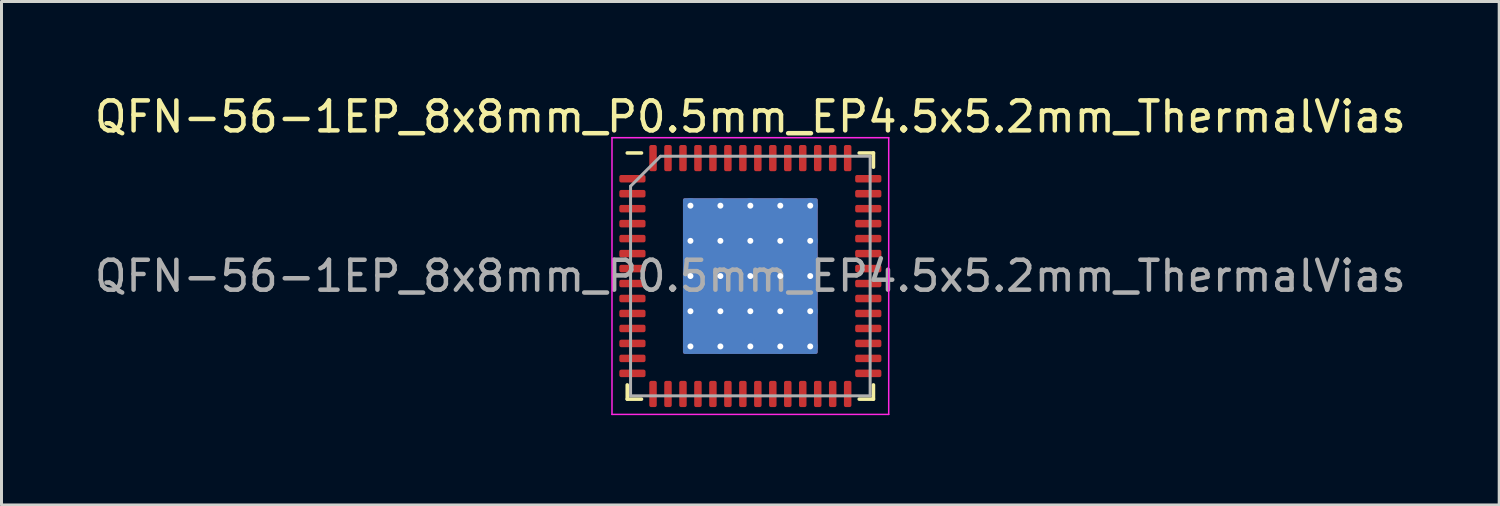
<source format=kicad_pcb>
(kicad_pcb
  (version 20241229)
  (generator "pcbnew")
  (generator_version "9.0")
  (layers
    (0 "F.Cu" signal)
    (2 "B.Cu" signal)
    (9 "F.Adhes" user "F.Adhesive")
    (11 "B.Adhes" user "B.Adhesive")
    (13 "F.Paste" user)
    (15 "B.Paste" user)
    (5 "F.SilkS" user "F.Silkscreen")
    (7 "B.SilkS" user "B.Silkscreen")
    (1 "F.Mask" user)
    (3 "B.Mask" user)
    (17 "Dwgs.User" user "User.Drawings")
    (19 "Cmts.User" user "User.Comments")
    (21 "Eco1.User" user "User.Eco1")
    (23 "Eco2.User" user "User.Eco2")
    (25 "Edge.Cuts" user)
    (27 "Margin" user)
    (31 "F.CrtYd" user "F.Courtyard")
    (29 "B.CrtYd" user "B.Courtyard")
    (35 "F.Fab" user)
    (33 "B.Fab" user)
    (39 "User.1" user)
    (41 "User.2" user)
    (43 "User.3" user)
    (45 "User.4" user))
  (footprint "QFN-56-1EP_8x8mm_P0.5mm_EP4.5x5.2mm_ThermalVias"
    (layer "F.Cu")
    (at 22.006 6.168)
    (property "Reference" "QFN-56-1EP_8x8mm_P0.5mm_EP4.5x5.2mm_ThermalVias" (at 0 -5.32 0) (layer "F.SilkS") (effects (font (size 1 1) (thickness 0.15))))
    (attr smd)
    (fp_line (start -4.11 4.11) (end -4.11 3.635) (stroke (width 0.12) (type solid)) (layer "F.SilkS"))
    (fp_line (start -3.635 -4.11) (end -4.11 -4.11) (stroke (width 0.12) (type solid)) (layer "F.SilkS"))
    (fp_line (start -3.635 4.11) (end -4.11 4.11) (stroke (width 0.12) (type solid)) (layer "F.SilkS"))
    (fp_line (start 3.635 -4.11) (end 4.11 -4.11) (stroke (width 0.12) (type solid)) (layer "F.SilkS"))
    (fp_line (start 3.635 4.11) (end 4.11 4.11) (stroke (width 0.12) (type solid)) (layer "F.SilkS"))
    (fp_line (start 4.11 -4.11) (end 4.11 -3.635) (stroke (width 0.12) (type solid)) (layer "F.SilkS"))
    (fp_line (start 4.11 4.11) (end 4.11 3.635) (stroke (width 0.12) (type solid)) (layer "F.SilkS"))
    (fp_line (start -4.62 -4.62) (end -4.62 4.62) (stroke (width 0.05) (type solid)) (layer "F.CrtYd"))
    (fp_line (start -4.62 4.62) (end 4.62 4.62) (stroke (width 0.05) (type solid)) (layer "F.CrtYd"))
    (fp_line (start 4.62 -4.62) (end -4.62 -4.62) (stroke (width 0.05) (type solid)) (layer "F.CrtYd"))
    (fp_line (start 4.62 4.62) (end 4.62 -4.62) (stroke (width 0.05) (type solid)) (layer "F.CrtYd"))
    (fp_line (start -4 -3) (end -3 -4) (stroke (width 0.1) (type solid)) (layer "F.Fab"))
    (fp_line (start -4 4) (end -4 -3) (stroke (width 0.1) (type solid)) (layer "F.Fab"))
    (fp_line (start -3 -4) (end 4 -4) (stroke (width 0.1) (type solid)) (layer "F.Fab"))
    (fp_line (start 4 -4) (end 4 4) (stroke (width 0.1) (type solid)) (layer "F.Fab"))
    (fp_line (start 4 4) (end -4 4) (stroke (width 0.1) (type solid)) (layer "F.Fab"))
    (fp_text user "${REFERENCE}" (at 0 0 0) (layer "F.Fab") (effects (font (size 1 1) (thickness 0.15))))
    (pad "" smd custom (at -1.5 -1.762) (size 0.776 0.776) (layers "F.Paste") (options (anchor circle)) (primitives (gr_poly (pts (xy -0.341 -0.33) (xy -0.262 -0.408) (xy 0.262 -0.408) (xy 0.341 -0.33) (xy 0.341 0.33) (xy 0.262 0.408) (xy -0.262 0.408) (xy -0.341 0.33)) (width 0.19) (fill yes))))
    (pad "" smd custom (at -1.5 -0.588) (size 0.776 0.776) (layers "F.Paste") (options (anchor circle)) (primitives (gr_poly (pts (xy -0.341 -0.33) (xy -0.262 -0.408) (xy 0.262 -0.408) (xy 0.341 -0.33) (xy 0.341 0.33) (xy 0.262 0.408) (xy -0.262 0.408) (xy -0.341 0.33)) (width 0.19) (fill yes))))
    (pad "" smd custom (at -1.5 0.588) (size 0.776 0.776) (layers "F.Paste") (options (anchor circle)) (primitives (gr_poly (pts (xy -0.341 -0.33) (xy -0.262 -0.408) (xy 0.262 -0.408) (xy 0.341 -0.33) (xy 0.341 0.33) (xy 0.262 0.408) (xy -0.262 0.408) (xy -0.341 0.33)) (width 0.19) (fill yes))))
    (pad "" smd custom (at -1.5 1.762) (size 0.776 0.776) (layers "F.Paste") (options (anchor circle)) (primitives (gr_poly (pts (xy -0.341 -0.33) (xy -0.262 -0.408) (xy 0.262 -0.408) (xy 0.341 -0.33) (xy 0.341 0.33) (xy 0.262 0.408) (xy -0.262 0.408) (xy -0.341 0.33)) (width 0.19) (fill yes))))
    (pad "" smd custom (at -0.5 -1.762) (size 0.776 0.776) (layers "F.Paste") (options (anchor circle)) (primitives (gr_poly (pts (xy -0.341 -0.33) (xy -0.262 -0.408) (xy 0.262 -0.408) (xy 0.341 -0.33) (xy 0.341 0.33) (xy 0.262 0.408) (xy -0.262 0.408) (xy -0.341 0.33)) (width 0.19) (fill yes))))
    (pad "" smd custom (at -0.5 -0.588) (size 0.776 0.776) (layers "F.Paste") (options (anchor circle)) (primitives (gr_poly (pts (xy -0.341 -0.33) (xy -0.262 -0.408) (xy 0.262 -0.408) (xy 0.341 -0.33) (xy 0.341 0.33) (xy 0.262 0.408) (xy -0.262 0.408) (xy -0.341 0.33)) (width 0.19) (fill yes))))
    (pad "" smd custom (at -0.5 0.588) (size 0.776 0.776) (layers "F.Paste") (options (anchor circle)) (primitives (gr_poly (pts (xy -0.341 -0.33) (xy -0.262 -0.408) (xy 0.262 -0.408) (xy 0.341 -0.33) (xy 0.341 0.33) (xy 0.262 0.408) (xy -0.262 0.408) (xy -0.341 0.33)) (width 0.19) (fill yes))))
    (pad "" smd custom (at -0.5 1.762) (size 0.776 0.776) (layers "F.Paste") (options (anchor circle)) (primitives (gr_poly (pts (xy -0.341 -0.33) (xy -0.262 -0.408) (xy 0.262 -0.408) (xy 0.341 -0.33) (xy 0.341 0.33) (xy 0.262 0.408) (xy -0.262 0.408) (xy -0.341 0.33)) (width 0.19) (fill yes))))
    (pad "" smd custom (at 0.5 -1.762) (size 0.776 0.776) (layers "F.Paste") (options (anchor circle)) (primitives (gr_poly (pts (xy -0.341 -0.33) (xy -0.262 -0.408) (xy 0.262 -0.408) (xy 0.341 -0.33) (xy 0.341 0.33) (xy 0.262 0.408) (xy -0.262 0.408) (xy -0.341 0.33)) (width 0.19) (fill yes))))
    (pad "" smd custom (at 0.5 -0.588) (size 0.776 0.776) (layers "F.Paste") (options (anchor circle)) (primitives (gr_poly (pts (xy -0.341 -0.33) (xy -0.262 -0.408) (xy 0.262 -0.408) (xy 0.341 -0.33) (xy 0.341 0.33) (xy 0.262 0.408) (xy -0.262 0.408) (xy -0.341 0.33)) (width 0.19) (fill yes))))
    (pad "" smd custom (at 0.5 0.588) (size 0.776 0.776) (layers "F.Paste") (options (anchor circle)) (primitives (gr_poly (pts (xy -0.341 -0.33) (xy -0.262 -0.408) (xy 0.262 -0.408) (xy 0.341 -0.33) (xy 0.341 0.33) (xy 0.262 0.408) (xy -0.262 0.408) (xy -0.341 0.33)) (width 0.19) (fill yes))))
    (pad "" smd custom (at 0.5 1.762) (size 0.776 0.776) (layers "F.Paste") (options (anchor circle)) (primitives (gr_poly (pts (xy -0.341 -0.33) (xy -0.262 -0.408) (xy 0.262 -0.408) (xy 0.341 -0.33) (xy 0.341 0.33) (xy 0.262 0.408) (xy -0.262 0.408) (xy -0.341 0.33)) (width 0.19) (fill yes))))
    (pad "" smd custom (at 1.5 -1.762) (size 0.776 0.776) (layers "F.Paste") (options (anchor circle)) (primitives (gr_poly (pts (xy -0.341 -0.33) (xy -0.262 -0.408) (xy 0.262 -0.408) (xy 0.341 -0.33) (xy 0.341 0.33) (xy 0.262 0.408) (xy -0.262 0.408) (xy -0.341 0.33)) (width 0.19) (fill yes))))
    (pad "" smd custom (at 1.5 -0.588) (size 0.776 0.776) (layers "F.Paste") (options (anchor circle)) (primitives (gr_poly (pts (xy -0.341 -0.33) (xy -0.262 -0.408) (xy 0.262 -0.408) (xy 0.341 -0.33) (xy 0.341 0.33) (xy 0.262 0.408) (xy -0.262 0.408) (xy -0.341 0.33)) (width 0.19) (fill yes))))
    (pad "" smd custom (at 1.5 0.588) (size 0.776 0.776) (layers "F.Paste") (options (anchor circle)) (primitives (gr_poly (pts (xy -0.341 -0.33) (xy -0.262 -0.408) (xy 0.262 -0.408) (xy 0.341 -0.33) (xy 0.341 0.33) (xy 0.262 0.408) (xy -0.262 0.408) (xy -0.341 0.33)) (width 0.19) (fill yes))))
    (pad "" smd custom (at 1.5 1.762) (size 0.776 0.776) (layers "F.Paste") (options (anchor circle)) (primitives (gr_poly (pts (xy -0.341 -0.33) (xy -0.262 -0.408) (xy 0.262 -0.408) (xy 0.341 -0.33) (xy 0.341 0.33) (xy 0.262 0.408) (xy -0.262 0.408) (xy -0.341 0.33)) (width 0.19) (fill yes))))
    (pad "1" smd roundrect (at -3.938 -3.25) (size 0.875 0.25) (layers "F.Cu" "F.Mask" "F.Paste") (roundrect_rratio 0.25))
    (pad "2" smd roundrect (at -3.938 -2.75) (size 0.875 0.25) (layers "F.Cu" "F.Mask" "F.Paste") (roundrect_rratio 0.25))
    (pad "3" smd roundrect (at -3.938 -2.25) (size 0.875 0.25) (layers "F.Cu" "F.Mask" "F.Paste") (roundrect_rratio 0.25))
    (pad "4" smd roundrect (at -3.938 -1.75) (size 0.875 0.25) (layers "F.Cu" "F.Mask" "F.Paste") (roundrect_rratio 0.25))
    (pad "5" smd roundrect (at -3.938 -1.25) (size 0.875 0.25) (layers "F.Cu" "F.Mask" "F.Paste") (roundrect_rratio 0.25))
    (pad "6" smd roundrect (at -3.938 -0.75) (size 0.875 0.25) (layers "F.Cu" "F.Mask" "F.Paste") (roundrect_rratio 0.25))
    (pad "7" smd roundrect (at -3.938 -0.25) (size 0.875 0.25) (layers "F.Cu" "F.Mask" "F.Paste") (roundrect_rratio 0.25))
    (pad "8" smd roundrect (at -3.938 0.25) (size 0.875 0.25) (layers "F.Cu" "F.Mask" "F.Paste") (roundrect_rratio 0.25))
    (pad "9" smd roundrect (at -3.938 0.75) (size 0.875 0.25) (layers "F.Cu" "F.Mask" "F.Paste") (roundrect_rratio 0.25))
    (pad "10" smd roundrect (at -3.938 1.25) (size 0.875 0.25) (layers "F.Cu" "F.Mask" "F.Paste") (roundrect_rratio 0.25))
    (pad "11" smd roundrect (at -3.938 1.75) (size 0.875 0.25) (layers "F.Cu" "F.Mask" "F.Paste") (roundrect_rratio 0.25))
    (pad "12" smd roundrect (at -3.938 2.25) (size 0.875 0.25) (layers "F.Cu" "F.Mask" "F.Paste") (roundrect_rratio 0.25))
    (pad "13" smd roundrect (at -3.938 2.75) (size 0.875 0.25) (layers "F.Cu" "F.Mask" "F.Paste") (roundrect_rratio 0.25))
    (pad "14" smd roundrect (at -3.938 3.25) (size 0.875 0.25) (layers "F.Cu" "F.Mask" "F.Paste") (roundrect_rratio 0.25))
    (pad "15" smd roundrect (at -3.25 3.938) (size 0.25 0.875) (layers "F.Cu" "F.Mask" "F.Paste") (roundrect_rratio 0.25))
    (pad "16" smd roundrect (at -2.75 3.938) (size 0.25 0.875) (layers "F.Cu" "F.Mask" "F.Paste") (roundrect_rratio 0.25))
    (pad "17" smd roundrect (at -2.25 3.938) (size 0.25 0.875) (layers "F.Cu" "F.Mask" "F.Paste") (roundrect_rratio 0.25))
    (pad "18" smd roundrect (at -1.75 3.938) (size 0.25 0.875) (layers "F.Cu" "F.Mask" "F.Paste") (roundrect_rratio 0.25))
    (pad "19" smd roundrect (at -1.25 3.938) (size 0.25 0.875) (layers "F.Cu" "F.Mask" "F.Paste") (roundrect_rratio 0.25))
    (pad "20" smd roundrect (at -0.75 3.938) (size 0.25 0.875) (layers "F.Cu" "F.Mask" "F.Paste") (roundrect_rratio 0.25))
    (pad "21" smd roundrect (at -0.25 3.938) (size 0.25 0.875) (layers "F.Cu" "F.Mask" "F.Paste") (roundrect_rratio 0.25))
    (pad "22" smd roundrect (at 0.25 3.938) (size 0.25 0.875) (layers "F.Cu" "F.Mask" "F.Paste") (roundrect_rratio 0.25))
    (pad "23" smd roundrect (at 0.75 3.938) (size 0.25 0.875) (layers "F.Cu" "F.Mask" "F.Paste") (roundrect_rratio 0.25))
    (pad "24" smd roundrect (at 1.25 3.938) (size 0.25 0.875) (layers "F.Cu" "F.Mask" "F.Paste") (roundrect_rratio 0.25))
    (pad "25" smd roundrect (at 1.75 3.938) (size 0.25 0.875) (layers "F.Cu" "F.Mask" "F.Paste") (roundrect_rratio 0.25))
    (pad "26" smd roundrect (at 2.25 3.938) (size 0.25 0.875) (layers "F.Cu" "F.Mask" "F.Paste") (roundrect_rratio 0.25))
    (pad "27" smd roundrect (at 2.75 3.938) (size 0.25 0.875) (layers "F.Cu" "F.Mask" "F.Paste") (roundrect_rratio 0.25))
    (pad "28" smd roundrect (at 3.25 3.938) (size 0.25 0.875) (layers "F.Cu" "F.Mask" "F.Paste") (roundrect_rratio 0.25))
    (pad "29" smd roundrect (at 3.938 3.25) (size 0.875 0.25) (layers "F.Cu" "F.Mask" "F.Paste") (roundrect_rratio 0.25))
    (pad "30" smd roundrect (at 3.938 2.75) (size 0.875 0.25) (layers "F.Cu" "F.Mask" "F.Paste") (roundrect_rratio 0.25))
    (pad "31" smd roundrect (at 3.938 2.25) (size 0.875 0.25) (layers "F.Cu" "F.Mask" "F.Paste") (roundrect_rratio 0.25))
    (pad "32" smd roundrect (at 3.938 1.75) (size 0.875 0.25) (layers "F.Cu" "F.Mask" "F.Paste") (roundrect_rratio 0.25))
    (pad "33" smd roundrect (at 3.938 1.25) (size 0.875 0.25) (layers "F.Cu" "F.Mask" "F.Paste") (roundrect_rratio 0.25))
    (pad "34" smd roundrect (at 3.938 0.75) (size 0.875 0.25) (layers "F.Cu" "F.Mask" "F.Paste") (roundrect_rratio 0.25))
    (pad "35" smd roundrect (at 3.938 0.25) (size 0.875 0.25) (layers "F.Cu" "F.Mask" "F.Paste") (roundrect_rratio 0.25))
    (pad "36" smd roundrect (at 3.938 -0.25) (size 0.875 0.25) (layers "F.Cu" "F.Mask" "F.Paste") (roundrect_rratio 0.25))
    (pad "37" smd roundrect (at 3.938 -0.75) (size 0.875 0.25) (layers "F.Cu" "F.Mask" "F.Paste") (roundrect_rratio 0.25))
    (pad "38" smd roundrect (at 3.938 -1.25) (size 0.875 0.25) (layers "F.Cu" "F.Mask" "F.Paste") (roundrect_rratio 0.25))
    (pad "39" smd roundrect (at 3.938 -1.75) (size 0.875 0.25) (layers "F.Cu" "F.Mask" "F.Paste") (roundrect_rratio 0.25))
    (pad "40" smd roundrect (at 3.938 -2.25) (size 0.875 0.25) (layers "F.Cu" "F.Mask" "F.Paste") (roundrect_rratio 0.25))
    (pad "41" smd roundrect (at 3.938 -2.75) (size 0.875 0.25) (layers "F.Cu" "F.Mask" "F.Paste") (roundrect_rratio 0.25))
    (pad "42" smd roundrect (at 3.938 -3.25) (size 0.875 0.25) (layers "F.Cu" "F.Mask" "F.Paste") (roundrect_rratio 0.25))
    (pad "43" smd roundrect (at 3.25 -3.938) (size 0.25 0.875) (layers "F.Cu" "F.Mask" "F.Paste") (roundrect_rratio 0.25))
    (pad "44" smd roundrect (at 2.75 -3.938) (size 0.25 0.875) (layers "F.Cu" "F.Mask" "F.Paste") (roundrect_rratio 0.25))
    (pad "45" smd roundrect (at 2.25 -3.938) (size 0.25 0.875) (layers "F.Cu" "F.Mask" "F.Paste") (roundrect_rratio 0.25))
    (pad "46" smd roundrect (at 1.75 -3.938) (size 0.25 0.875) (layers "F.Cu" "F.Mask" "F.Paste") (roundrect_rratio 0.25))
    (pad "47" smd roundrect (at 1.25 -3.938) (size 0.25 0.875) (layers "F.Cu" "F.Mask" "F.Paste") (roundrect_rratio 0.25))
    (pad "48" smd roundrect (at 0.75 -3.938) (size 0.25 0.875) (layers "F.Cu" "F.Mask" "F.Paste") (roundrect_rratio 0.25))
    (pad "49" smd roundrect (at 0.25 -3.938) (size 0.25 0.875) (layers "F.Cu" "F.Mask" "F.Paste") (roundrect_rratio 0.25))
    (pad "50" smd roundrect (at -0.25 -3.938) (size 0.25 0.875) (layers "F.Cu" "F.Mask" "F.Paste") (roundrect_rratio 0.25))
    (pad "51" smd roundrect (at -0.75 -3.938) (size 0.25 0.875) (layers "F.Cu" "F.Mask" "F.Paste") (roundrect_rratio 0.25))
    (pad "52" smd roundrect (at -1.25 -3.938) (size 0.25 0.875) (layers "F.Cu" "F.Mask" "F.Paste") (roundrect_rratio 0.25))
    (pad "53" smd roundrect (at -1.75 -3.938) (size 0.25 0.875) (layers "F.Cu" "F.Mask" "F.Paste") (roundrect_rratio 0.25))
    (pad "54" smd roundrect (at -2.25 -3.938) (size 0.25 0.875) (layers "F.Cu" "F.Mask" "F.Paste") (roundrect_rratio 0.25))
    (pad "55" smd roundrect (at -2.75 -3.938) (size 0.25 0.875) (layers "F.Cu" "F.Mask" "F.Paste") (roundrect_rratio 0.25))
    (pad "56" smd roundrect (at -3.25 -3.938) (size 0.25 0.875) (layers "F.Cu" "F.Mask" "F.Paste") (roundrect_rratio 0.25))
    (pad "57" thru_hole circle (at -2 -2.35) (size 0.5 0.5) (drill 0.2) (layers "*.Cu"))
    (pad "57" thru_hole circle (at -2 -1.175) (size 0.5 0.5) (drill 0.2) (layers "*.Cu"))
    (pad "57" thru_hole circle (at -2 0) (size 0.5 0.5) (drill 0.2) (layers "*.Cu"))
    (pad "57" thru_hole circle (at -2 1.175) (size 0.5 0.5) (drill 0.2) (layers "*.Cu"))
    (pad "57" thru_hole circle (at -2 2.35) (size 0.5 0.5) (drill 0.2) (layers "*.Cu"))
    (pad "57" thru_hole circle (at -1 -2.35) (size 0.5 0.5) (drill 0.2) (layers "*.Cu"))
    (pad "57" thru_hole circle (at -1 -1.175) (size 0.5 0.5) (drill 0.2) (layers "*.Cu"))
    (pad "57" thru_hole circle (at -1 0) (size 0.5 0.5) (drill 0.2) (layers "*.Cu"))
    (pad "57" thru_hole circle (at -1 1.175) (size 0.5 0.5) (drill 0.2) (layers "*.Cu"))
    (pad "57" thru_hole circle (at -1 2.35) (size 0.5 0.5) (drill 0.2) (layers "*.Cu"))
    (pad "57" thru_hole circle (at 0 -2.35) (size 0.5 0.5) (drill 0.2) (layers "*.Cu"))
    (pad "57" thru_hole circle (at 0 -1.175) (size 0.5 0.5) (drill 0.2) (layers "*.Cu"))
    (pad "57" thru_hole circle (at 0 0) (size 0.5 0.5) (drill 0.2) (layers "*.Cu"))
    (pad "57" smd roundrect (at 0 0) (size 4.5 5.2) (layers "F.Cu" "F.Mask") (roundrect_rratio 0.014))
    (pad "57" smd roundrect (at 0 0) (size 4.5 5.2) (layers "B.Cu") (roundrect_rratio 0.014))
    (pad "57" thru_hole circle (at 0 1.175) (size 0.5 0.5) (drill 0.2) (layers "*.Cu"))
    (pad "57" thru_hole circle (at 0 2.35) (size 0.5 0.5) (drill 0.2) (layers "*.Cu"))
    (pad "57" thru_hole circle (at 1 -2.35) (size 0.5 0.5) (drill 0.2) (layers "*.Cu"))
    (pad "57" thru_hole circle (at 1 -1.175) (size 0.5 0.5) (drill 0.2) (layers "*.Cu"))
    (pad "57" thru_hole circle (at 1 0) (size 0.5 0.5) (drill 0.2) (layers "*.Cu"))
    (pad "57" thru_hole circle (at 1 1.175) (size 0.5 0.5) (drill 0.2) (layers "*.Cu"))
    (pad "57" thru_hole circle (at 1 2.35) (size 0.5 0.5) (drill 0.2) (layers "*.Cu"))
    (pad "57" thru_hole circle (at 2 -2.35) (size 0.5 0.5) (drill 0.2) (layers "*.Cu"))
    (pad "57" thru_hole circle (at 2 -1.175) (size 0.5 0.5) (drill 0.2) (layers "*.Cu"))
    (pad "57" thru_hole circle (at 2 0) (size 0.5 0.5) (drill 0.2) (layers "*.Cu"))
    (pad "57" thru_hole circle (at 2 1.175) (size 0.5 0.5) (drill 0.2) (layers "*.Cu"))
    (pad "57" thru_hole circle (at 2 2.35) (size 0.5 0.5) (drill 0.2) (layers "*.Cu")))
  (gr_rect
    (start -3 -3)
    (end 47.012 13.813)
    (stroke (width 0.1) (type default))
    (fill no)
    (layer "Edge.Cuts")))
</source>
